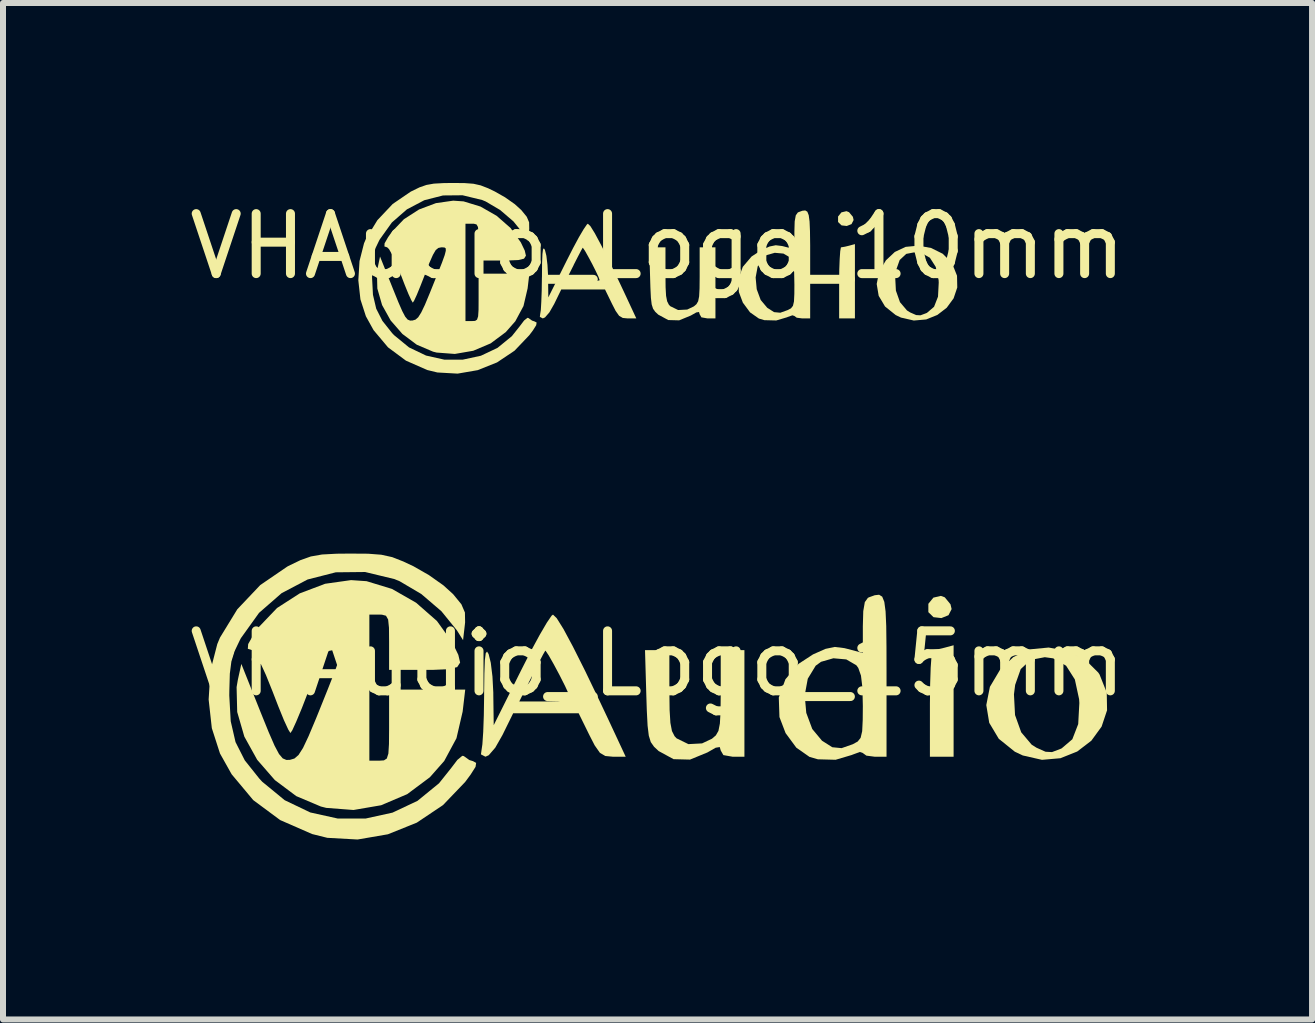
<source format=kicad_pcb>
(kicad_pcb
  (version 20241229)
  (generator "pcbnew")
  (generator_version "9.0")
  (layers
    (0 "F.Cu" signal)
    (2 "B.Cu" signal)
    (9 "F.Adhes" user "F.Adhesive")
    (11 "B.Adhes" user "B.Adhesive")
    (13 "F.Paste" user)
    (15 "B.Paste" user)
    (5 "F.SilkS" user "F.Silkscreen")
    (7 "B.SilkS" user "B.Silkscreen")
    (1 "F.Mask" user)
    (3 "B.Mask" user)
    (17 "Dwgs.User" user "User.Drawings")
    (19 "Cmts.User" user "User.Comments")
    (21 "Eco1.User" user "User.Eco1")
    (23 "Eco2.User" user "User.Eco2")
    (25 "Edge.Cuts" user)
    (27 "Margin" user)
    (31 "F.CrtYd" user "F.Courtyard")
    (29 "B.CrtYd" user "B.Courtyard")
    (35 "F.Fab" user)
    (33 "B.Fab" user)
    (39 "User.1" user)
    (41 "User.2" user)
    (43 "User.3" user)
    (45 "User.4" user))
  (footprint "VHAudio_Logo_10mm"
    (layer "F.Cu")
    (at 7.911 1.556)
    (property "Reference" "VHAudio_Logo_10mm" (at 0 -0.5 0) (unlocked yes) (layer "F.SilkS") (effects (font (size 1 1) (thickness 0.15))))
    (fp_poly (pts (xy 3.192 -1.069) (xy 3.256 -0.992) (xy 3.268 -0.938) (xy 3.233 -0.87) (xy 3.154 -0.839) (xy 3.067 -0.849) (xy 3.009 -0.905) (xy 3.009 -0.997) (xy 3.065 -1.066) (xy 3.149 -1.086)) (stroke (width 0) (type solid)) (fill yes) (layer "F.SilkS"))
    (fp_poly (pts (xy 3.29 0.702) (xy 3.027 0.702) (xy 3.027 0.11) (xy 3.029 -0.107) (xy 3.036 -0.288) (xy 3.045 -0.418) (xy 3.056 -0.48) (xy 3.06 -0.483) (xy 3.125 -0.494) (xy 3.191 -0.51) (xy 3.29 -0.537)) (stroke (width 0) (type solid)) (fill yes) (layer "F.SilkS"))
    (fp_poly (pts (xy 0.132 -0.029) (xy 0.134 0.183) (xy 0.142 0.326) (xy 0.16 0.417) (xy 0.189 0.474) (xy 0.212 0.498) (xy 0.343 0.562) (xy 0.495 0.554) (xy 0.604 0.502) (xy 0.648 0.465) (xy 0.677 0.415) (xy 0.693 0.334) (xy 0.7 0.203) (xy 0.702 0.006) (xy 0.702 -0.024) (xy 0.702 -0.483) (xy 0.965 -0.483) (xy 0.965 0.702) (xy 0.834 0.702) (xy 0.731 0.684) (xy 0.702 0.633) (xy 0.691 0.595) (xy 0.646 0.602) (xy 0.554 0.654) (xy 0.36 0.734) (xy 0.178 0.729) (xy 0.014 0.64) (xy 0.013 0.64) (xy -0.039 0.591) (xy -0.075 0.54) (xy -0.098 0.468) (xy -0.111 0.357) (xy -0.119 0.191) (xy -0.124 0.026) (xy -0.139 -0.483) (xy 0.132 -0.483)) (stroke (width 0) (type solid)) (fill yes) (layer "F.SilkS"))
    (fp_poly (pts (xy 4.56 -0.472) (xy 4.752 -0.377) (xy 4.898 -0.233) (xy 4.912 -0.211) (xy 4.992 -0.01) (xy 4.996 0.186) (xy 4.935 0.367) (xy 4.82 0.524) (xy 4.664 0.644) (xy 4.478 0.719) (xy 4.272 0.737) (xy 4.058 0.688) (xy 3.97 0.646) (xy 3.792 0.503) (xy 3.686 0.325) (xy 3.653 0.128) (xy 3.677 0.008) (xy 3.961 0.008) (xy 3.973 0.238) (xy 4.041 0.431) (xy 4.158 0.569) (xy 4.211 0.602) (xy 4.311 0.646) (xy 4.383 0.65) (xy 4.477 0.615) (xy 4.492 0.608) (xy 4.609 0.508) (xy 4.675 0.339) (xy 4.687 0.105) (xy 4.685 0.063) (xy 4.637 -0.157) (xy 4.54 -0.309) (xy 4.396 -0.391) (xy 4.303 -0.404) (xy 4.146 -0.374) (xy 4.036 -0.272) (xy 3.974 -0.097) (xy 3.961 0.008) (xy 3.677 0.008) (xy 3.693 -0.074) (xy 3.807 -0.267) (xy 3.955 -0.406) (xy 4.136 -0.491) (xy 4.347 -0.511)) (stroke (width 0) (type solid)) (fill yes) (layer "F.SilkS"))
    (fp_poly (pts (xy -1.12 -0.837) (xy -1.046 -0.718) (xy -0.941 -0.522) (xy -0.805 -0.251) (xy -0.639 0.092) (xy -0.543 0.296) (xy -0.354 0.702) (xy -0.497 0.702) (xy -0.58 0.694) (xy -0.641 0.658) (xy -0.699 0.576) (xy -0.758 0.461) (xy -0.876 0.219) (xy -1.605 0.219) (xy -1.723 0.461) (xy -1.803 0.601) (xy -1.876 0.685) (xy -1.913 0.702) (xy -1.962 0.676) (xy -1.957 0.633) (xy -1.946 0.564) (xy -1.938 0.427) (xy -1.931 0.241) (xy -1.928 0.025) (xy -1.927 0.007) (xy -1.925 -0.221) (xy -1.919 -0.371) (xy -1.909 -0.45) (xy -1.895 -0.467) (xy -1.877 -0.439) (xy -1.853 -0.342) (xy -1.835 -0.189) (xy -1.825 -0.01) (xy -1.825 0.011) (xy -1.821 0.351) (xy -1.689 0.088) (xy -1.537 0.088) (xy -1.251 0.088) (xy -1.105 0.084) (xy -1.003 0.076) (xy -0.965 0.065) (xy -0.983 0.013) (xy -1.029 -0.085) (xy -1.09 -0.206) (xy -1.155 -0.327) (xy -1.21 -0.425) (xy -1.244 -0.474) (xy -1.248 -0.476) (xy -1.273 -0.432) (xy -1.326 -0.331) (xy -1.396 -0.194) (xy -1.399 -0.186) (xy -1.537 0.088) (xy -1.689 0.088) (xy -1.514 -0.263) (xy -1.407 -0.473) (xy -1.31 -0.653) (xy -1.231 -0.787) (xy -1.178 -0.864) (xy -1.162 -0.877)) (stroke (width 0) (type solid)) (fill yes) (layer "F.SilkS"))
    (fp_poly (pts (xy 2.497 -1.077) (xy 2.52 -1.018) (xy 2.534 -0.913) (xy 2.541 -0.75) (xy 2.544 -0.52) (xy 2.544 -0.213) (xy 2.544 0.702) (xy 2.413 0.702) (xy 2.32 0.69) (xy 2.281 0.661) (xy 2.281 0.661) (xy 2.248 0.65) (xy 2.168 0.678) (xy 2.161 0.682) (xy 1.979 0.736) (xy 1.781 0.731) (xy 1.689 0.704) (xy 1.542 0.601) (xy 1.422 0.439) (xy 1.355 0.261) (xy 1.348 0.044) (xy 1.356 0.019) (xy 1.635 0.019) (xy 1.653 0.215) (xy 1.719 0.394) (xy 1.828 0.524) (xy 1.942 0.597) (xy 2.046 0.607) (xy 2.169 0.563) (xy 2.224 0.534) (xy 2.257 0.492) (xy 2.274 0.419) (xy 2.28 0.294) (xy 2.281 0.139) (xy 2.277 -0.065) (xy 2.261 -0.2) (xy 2.23 -0.284) (xy 2.209 -0.315) (xy 2.098 -0.379) (xy 1.954 -0.392) (xy 1.817 -0.353) (xy 1.757 -0.31) (xy 1.669 -0.165) (xy 1.635 0.019) (xy 1.356 0.019) (xy 1.421 -0.158) (xy 1.567 -0.33) (xy 1.728 -0.435) (xy 1.867 -0.497) (xy 1.97 -0.518) (xy 2.076 -0.505) (xy 2.112 -0.496) (xy 2.281 -0.451) (xy 2.281 -0.747) (xy 2.286 -0.916) (xy 2.304 -1.016) (xy 2.337 -1.063) (xy 2.351 -1.07) (xy 2.414 -1.093) (xy 2.462 -1.098)) (stroke (width 0) (type solid)) (fill yes) (layer "F.SilkS"))
    (fp_poly (pts (xy -3.216 -1.554) (xy -3.069 -1.543) (xy -2.949 -1.516) (xy -2.825 -1.468) (xy -2.713 -1.414) (xy -2.542 -1.317) (xy -2.38 -1.203) (xy -2.272 -1.105) (xy -2.18 -0.992) (xy -2.141 -0.9) (xy -2.139 -0.792) (xy -2.141 -0.766) (xy -2.162 -0.593) (xy -2.23 -0.702) (xy -2.402 -0.915) (xy -2.625 -1.106) (xy -2.866 -1.248) (xy -2.924 -1.272) (xy -3.25 -1.351) (xy -3.576 -1.348) (xy -3.889 -1.268) (xy -4.178 -1.116) (xy -4.429 -0.897) (xy -4.63 -0.616) (xy -4.643 -0.592) (xy -4.701 -0.471) (xy -4.736 -0.357) (xy -4.753 -0.22) (xy -4.759 -0.033) (xy -4.759 0.022) (xy -4.744 0.308) (xy -4.69 0.539) (xy -4.587 0.742) (xy -4.425 0.946) (xy -4.393 0.98) (xy -4.143 1.185) (xy -3.859 1.321) (xy -3.555 1.389) (xy -3.246 1.389) (xy -2.945 1.324) (xy -2.668 1.193) (xy -2.429 0.998) (xy -2.297 0.832) (xy -2.225 0.737) (xy -2.17 0.692) (xy -2.153 0.695) (xy -2.092 0.738) (xy -2.051 0.752) (xy -2.016 0.77) (xy -2.023 0.815) (xy -2.077 0.901) (xy -2.139 0.983) (xy -2.384 1.24) (xy -2.675 1.435) (xy -2.997 1.564) (xy -3.333 1.622) (xy -3.67 1.603) (xy -3.839 1.562) (xy -4.194 1.406) (xy -4.493 1.184) (xy -4.734 0.897) (xy -4.862 0.666) (xy -4.953 0.384) (xy -4.988 0.067) (xy -4.968 -0.255) (xy -4.893 -0.55) (xy -4.862 -0.622) (xy -4.67 -0.936) (xy -4.415 -1.206) (xy -4.115 -1.411) (xy -4.103 -1.417) (xy -3.968 -1.483) (xy -3.853 -1.523) (xy -3.729 -1.545) (xy -3.566 -1.554) (xy -3.421 -1.556)) (stroke (width 0) (type solid)) (fill yes) (layer "F.SilkS"))
    (fp_poly (pts (xy -3.233 -1.249) (xy -2.952 -1.163) (xy -2.683 -1.009) (xy -2.452 -0.807) (xy -2.283 -0.571) (xy -2.277 -0.561) (xy -2.214 -0.43) (xy -2.194 -0.344) (xy -2.226 -0.294) (xy -2.322 -0.271) (xy -2.491 -0.264) (xy -2.588 -0.263) (xy -2.983 -0.263) (xy -2.983 -0.57) (xy -2.985 -0.731) (xy -2.994 -0.823) (xy -3.018 -0.865) (xy -3.064 -0.877) (xy -3.093 -0.877) (xy -3.202 -0.877) (xy -3.202 0.746) (xy -3.093 0.746) (xy -3.041 0.743) (xy -3.009 0.722) (xy -2.991 0.667) (xy -2.984 0.56) (xy -2.983 0.386) (xy -2.983 0.351) (xy -2.983 -0.044) (xy -2.137 -0.044) (xy -2.166 0.201) (xy -2.235 0.496) (xy -2.371 0.749) (xy -2.53 0.93) (xy -2.782 1.118) (xy -3.072 1.241) (xy -3.379 1.294) (xy -3.682 1.271) (xy -3.742 1.256) (xy -4.014 1.14) (xy -4.253 0.961) (xy -4.449 0.736) (xy -4.592 0.479) (xy -4.671 0.204) (xy -4.678 -0.072) (xy -4.664 -0.15) (xy -4.626 -0.329) (xy -4.41 0.21) (xy -4.321 0.43) (xy -4.256 0.579) (xy -4.207 0.672) (xy -4.166 0.721) (xy -4.125 0.738) (xy -4.085 0.737) (xy -4.035 0.722) (xy -3.99 0.683) (xy -3.94 0.604) (xy -3.878 0.475) (xy -3.797 0.28) (xy -3.766 0.203) (xy -3.665 -0.048) (xy -3.593 -0.229) (xy -3.549 -0.351) (xy -3.529 -0.426) (xy -3.53 -0.465) (xy -3.55 -0.48) (xy -3.587 -0.483) (xy -3.606 -0.483) (xy -3.654 -0.473) (xy -3.698 -0.437) (xy -3.744 -0.358) (xy -3.803 -0.225) (xy -3.881 -0.022) (xy -3.881 -0.022) (xy -3.953 0.162) (xy -4.014 0.311) (xy -4.059 0.408) (xy -4.08 0.439) (xy -4.104 0.4) (xy -4.152 0.296) (xy -4.215 0.142) (xy -4.278 -0.022) (xy -4.352 -0.206) (xy -4.421 -0.355) (xy -4.476 -0.453) (xy -4.507 -0.483) (xy -4.553 -0.498) (xy -4.55 -0.55) (xy -4.493 -0.65) (xy -4.429 -0.741) (xy -4.229 -0.951) (xy -3.976 -1.114) (xy -3.694 -1.22) (xy -3.406 -1.261)) (stroke (width 0) (type solid)) (fill yes) (layer "F.SilkS")))
  (footprint "VHAudio_Logo_15mm"
    (layer "F.Cu")
    (at 7.911 8.511)
    (property "Reference" "VHAudio_Logo_15mm" (at 0 -0.5 0) (unlocked yes) (layer "F.SilkS") (effects (font (size 1 1) (thickness 0.15))))
    (fp_poly (pts (xy 4.788 -1.604) (xy 4.883 -1.488) (xy 4.902 -1.408) (xy 4.85 -1.306) (xy 4.731 -1.258) (xy 4.6 -1.273) (xy 4.514 -1.357) (xy 4.514 -1.496) (xy 4.598 -1.599) (xy 4.723 -1.628)) (stroke (width 0) (type solid)) (fill yes) (layer "F.SilkS"))
    (fp_poly (pts (xy 4.935 1.053) (xy 4.54 1.053) (xy 4.54 0.165) (xy 4.544 -0.16) (xy 4.553 -0.432) (xy 4.567 -0.627) (xy 4.585 -0.72) (xy 4.59 -0.725) (xy 4.687 -0.741) (xy 4.787 -0.765) (xy 4.935 -0.805)) (stroke (width 0) (type solid)) (fill yes) (layer "F.SilkS"))
    (fp_poly (pts (xy 0.197 -0.043) (xy 0.201 0.275) (xy 0.214 0.489) (xy 0.24 0.625) (xy 0.284 0.711) (xy 0.318 0.747) (xy 0.514 0.843) (xy 0.742 0.831) (xy 0.907 0.753) (xy 0.972 0.697) (xy 1.015 0.622) (xy 1.039 0.5) (xy 1.05 0.305) (xy 1.053 0.009) (xy 1.053 -0.037) (xy 1.053 -0.724) (xy 1.448 -0.724) (xy 1.448 1.053) (xy 1.25 1.053) (xy 1.097 1.026) (xy 1.053 0.949) (xy 1.037 0.892) (xy 0.969 0.903) (xy 0.831 0.982) (xy 0.541 1.101) (xy 0.267 1.094) (xy 0.021 0.96) (xy 0.02 0.96) (xy -0.059 0.886) (xy -0.113 0.809) (xy -0.146 0.702) (xy -0.166 0.536) (xy -0.179 0.286) (xy -0.187 0.039) (xy -0.209 -0.724) (xy 0.197 -0.724)) (stroke (width 0) (type solid)) (fill yes) (layer "F.SilkS"))
    (fp_poly (pts (xy 6.84 -0.707) (xy 7.128 -0.566) (xy 7.347 -0.349) (xy 7.368 -0.317) (xy 7.488 -0.016) (xy 7.493 0.279) (xy 7.402 0.551) (xy 7.231 0.786) (xy 6.996 0.966) (xy 6.716 1.078) (xy 6.408 1.105) (xy 6.088 1.032) (xy 5.955 0.969) (xy 5.688 0.754) (xy 5.529 0.488) (xy 5.48 0.192) (xy 5.515 0.013) (xy 5.941 0.013) (xy 5.959 0.358) (xy 6.062 0.646) (xy 6.237 0.853) (xy 6.317 0.903) (xy 6.467 0.97) (xy 6.575 0.976) (xy 6.715 0.923) (xy 6.737 0.913) (xy 6.914 0.762) (xy 7.012 0.509) (xy 7.031 0.158) (xy 7.027 0.094) (xy 6.956 -0.235) (xy 6.81 -0.464) (xy 6.594 -0.587) (xy 6.455 -0.606) (xy 6.218 -0.561) (xy 6.054 -0.408) (xy 5.961 -0.145) (xy 5.941 0.013) (xy 5.515 0.013) (xy 5.54 -0.112) (xy 5.711 -0.4) (xy 5.932 -0.609) (xy 6.205 -0.737) (xy 6.52 -0.767)) (stroke (width 0) (type solid)) (fill yes) (layer "F.SilkS"))
    (fp_poly (pts (xy -1.681 -1.256) (xy -1.569 -1.077) (xy -1.411 -0.783) (xy -1.207 -0.377) (xy -0.959 0.139) (xy -0.815 0.444) (xy -0.531 1.053) (xy -0.745 1.053) (xy -0.871 1.041) (xy -0.961 0.988) (xy -1.048 0.864) (xy -1.137 0.691) (xy -1.315 0.329) (xy -2.407 0.329) (xy -2.585 0.691) (xy -2.705 0.902) (xy -2.814 1.028) (xy -2.869 1.053) (xy -2.944 1.014) (xy -2.935 0.949) (xy -2.92 0.846) (xy -2.906 0.64) (xy -2.896 0.361) (xy -2.891 0.037) (xy -2.891 0.011) (xy -2.887 -0.332) (xy -2.879 -0.556) (xy -2.864 -0.674) (xy -2.842 -0.7) (xy -2.816 -0.658) (xy -2.78 -0.513) (xy -2.752 -0.283) (xy -2.738 -0.015) (xy -2.738 0.017) (xy -2.731 0.527) (xy -2.534 0.132) (xy -2.305 0.132) (xy -1.876 0.132) (xy -1.658 0.127) (xy -1.504 0.114) (xy -1.448 0.097) (xy -1.475 0.02) (xy -1.543 -0.128) (xy -1.635 -0.31) (xy -1.732 -0.491) (xy -1.815 -0.637) (xy -1.865 -0.711) (xy -1.872 -0.714) (xy -1.91 -0.648) (xy -1.989 -0.496) (xy -2.093 -0.291) (xy -2.099 -0.28) (xy -2.305 0.132) (xy -2.534 0.132) (xy -2.271 -0.394) (xy -2.11 -0.71) (xy -1.964 -0.979) (xy -1.846 -1.181) (xy -1.767 -1.297) (xy -1.743 -1.316)) (stroke (width 0) (type solid)) (fill yes) (layer "F.SilkS"))
    (fp_poly (pts (xy 3.745 -1.615) (xy 3.78 -1.528) (xy 3.801 -1.369) (xy 3.812 -1.125) (xy 3.816 -0.78) (xy 3.817 -0.319) (xy 3.817 1.053) (xy 3.619 1.053) (xy 3.481 1.035) (xy 3.422 0.992) (xy 3.422 0.991) (xy 3.372 0.974) (xy 3.252 1.018) (xy 3.241 1.023) (xy 2.968 1.104) (xy 2.672 1.096) (xy 2.533 1.056) (xy 2.313 0.902) (xy 2.134 0.659) (xy 2.032 0.392) (xy 2.021 0.065) (xy 2.035 0.029) (xy 2.453 0.029) (xy 2.479 0.322) (xy 2.579 0.591) (xy 2.741 0.786) (xy 2.913 0.895) (xy 3.068 0.91) (xy 3.254 0.845) (xy 3.336 0.8) (xy 3.385 0.738) (xy 3.411 0.628) (xy 3.42 0.44) (xy 3.422 0.208) (xy 3.415 -0.097) (xy 3.391 -0.299) (xy 3.346 -0.427) (xy 3.313 -0.472) (xy 3.146 -0.569) (xy 2.931 -0.588) (xy 2.725 -0.529) (xy 2.636 -0.464) (xy 2.504 -0.247) (xy 2.453 0.029) (xy 2.035 0.029) (xy 2.131 -0.237) (xy 2.35 -0.495) (xy 2.592 -0.653) (xy 2.8 -0.745) (xy 2.955 -0.777) (xy 3.115 -0.757) (xy 3.167 -0.744) (xy 3.422 -0.676) (xy 3.422 -1.121) (xy 3.429 -1.374) (xy 3.455 -1.524) (xy 3.506 -1.595) (xy 3.526 -1.605) (xy 3.621 -1.639) (xy 3.693 -1.647)) (stroke (width 0) (type solid)) (fill yes) (layer "F.SilkS"))
    (fp_poly (pts (xy -4.825 -2.331) (xy -4.604 -2.314) (xy -4.423 -2.274) (xy -4.237 -2.201) (xy -4.069 -2.122) (xy -3.812 -1.975) (xy -3.57 -1.804) (xy -3.408 -1.657) (xy -3.27 -1.488) (xy -3.211 -1.351) (xy -3.208 -1.188) (xy -3.212 -1.149) (xy -3.242 -0.89) (xy -3.345 -1.054) (xy -3.603 -1.372) (xy -3.938 -1.659) (xy -4.299 -1.872) (xy -4.386 -1.908) (xy -4.875 -2.026) (xy -5.364 -2.021) (xy -5.834 -1.901) (xy -6.267 -1.673) (xy -6.643 -1.345) (xy -6.945 -0.924) (xy -6.964 -0.888) (xy -7.051 -0.706) (xy -7.104 -0.535) (xy -7.13 -0.331) (xy -7.138 -0.05) (xy -7.139 0.033) (xy -7.115 0.462) (xy -7.035 0.809) (xy -6.881 1.113) (xy -6.638 1.418) (xy -6.59 1.47) (xy -6.215 1.778) (xy -5.789 1.982) (xy -5.333 2.083) (xy -4.869 2.084) (xy -4.418 1.985) (xy -4.002 1.789) (xy -3.643 1.496) (xy -3.445 1.248) (xy -3.337 1.106) (xy -3.255 1.038) (xy -3.23 1.042) (xy -3.138 1.108) (xy -3.076 1.127) (xy -3.024 1.156) (xy -3.034 1.222) (xy -3.116 1.351) (xy -3.208 1.475) (xy -3.576 1.859) (xy -4.013 2.152) (xy -4.495 2.346) (xy -5 2.433) (xy -5.505 2.405) (xy -5.758 2.342) (xy -6.291 2.109) (xy -6.74 1.776) (xy -7.1 1.345) (xy -7.294 0.999) (xy -7.43 0.577) (xy -7.483 0.1) (xy -7.453 -0.383) (xy -7.339 -0.825) (xy -7.294 -0.933) (xy -7.005 -1.405) (xy -6.622 -1.809) (xy -6.173 -2.116) (xy -6.155 -2.126) (xy -5.952 -2.224) (xy -5.78 -2.285) (xy -5.593 -2.318) (xy -5.349 -2.331) (xy -5.131 -2.333)) (stroke (width 0) (type solid)) (fill yes) (layer "F.SilkS"))
    (fp_poly (pts (xy -4.85 -1.873) (xy -4.427 -1.744) (xy -4.025 -1.514) (xy -3.678 -1.21) (xy -3.424 -0.857) (xy -3.416 -0.842) (xy -3.321 -0.645) (xy -3.291 -0.516) (xy -3.34 -0.441) (xy -3.483 -0.406) (xy -3.737 -0.395) (xy -3.882 -0.395) (xy -4.475 -0.395) (xy -4.475 -0.855) (xy -4.477 -1.096) (xy -4.491 -1.234) (xy -4.527 -1.297) (xy -4.595 -1.315) (xy -4.639 -1.316) (xy -4.804 -1.316) (xy -4.804 1.119) (xy -4.639 1.119) (xy -4.561 1.114) (xy -4.513 1.083) (xy -4.487 1) (xy -4.477 0.841) (xy -4.475 0.579) (xy -4.475 0.526) (xy -4.475 -0.066) (xy -3.206 -0.066) (xy -3.249 0.301) (xy -3.352 0.745) (xy -3.556 1.124) (xy -3.795 1.395) (xy -4.173 1.677) (xy -4.608 1.862) (xy -5.068 1.941) (xy -5.522 1.906) (xy -5.613 1.883) (xy -6.022 1.71) (xy -6.38 1.442) (xy -6.674 1.104) (xy -6.888 0.718) (xy -7.007 0.307) (xy -7.017 -0.107) (xy -6.997 -0.225) (xy -6.938 -0.494) (xy -6.615 0.316) (xy -6.482 0.644) (xy -6.384 0.869) (xy -6.31 1.008) (xy -6.248 1.081) (xy -6.187 1.107) (xy -6.127 1.105) (xy -6.053 1.083) (xy -5.985 1.024) (xy -5.91 0.907) (xy -5.818 0.712) (xy -5.695 0.42) (xy -5.648 0.304) (xy -5.497 -0.072) (xy -5.39 -0.343) (xy -5.323 -0.527) (xy -5.293 -0.639) (xy -5.295 -0.698) (xy -5.326 -0.721) (xy -5.381 -0.724) (xy -5.409 -0.724) (xy -5.481 -0.71) (xy -5.547 -0.655) (xy -5.617 -0.538) (xy -5.704 -0.337) (xy -5.822 -0.033) (xy -5.822 -0.033) (xy -5.929 0.243) (xy -6.022 0.466) (xy -6.089 0.613) (xy -6.12 0.658) (xy -6.156 0.6) (xy -6.228 0.444) (xy -6.322 0.213) (xy -6.417 -0.033) (xy -6.528 -0.309) (xy -6.631 -0.533) (xy -6.714 -0.679) (xy -6.76 -0.724) (xy -6.83 -0.746) (xy -6.824 -0.825) (xy -6.739 -0.975) (xy -6.643 -1.112) (xy -6.343 -1.426) (xy -5.964 -1.67) (xy -5.541 -1.83) (xy -5.109 -1.891)) (stroke (width 0) (type solid)) (fill yes) (layer "F.SilkS")))
  (gr_rect
    (start -3 -3)
    (end 18.821 13.944)
    (stroke (width 0.1) (type default))
    (fill no)
    (layer "Edge.Cuts")))
</source>
